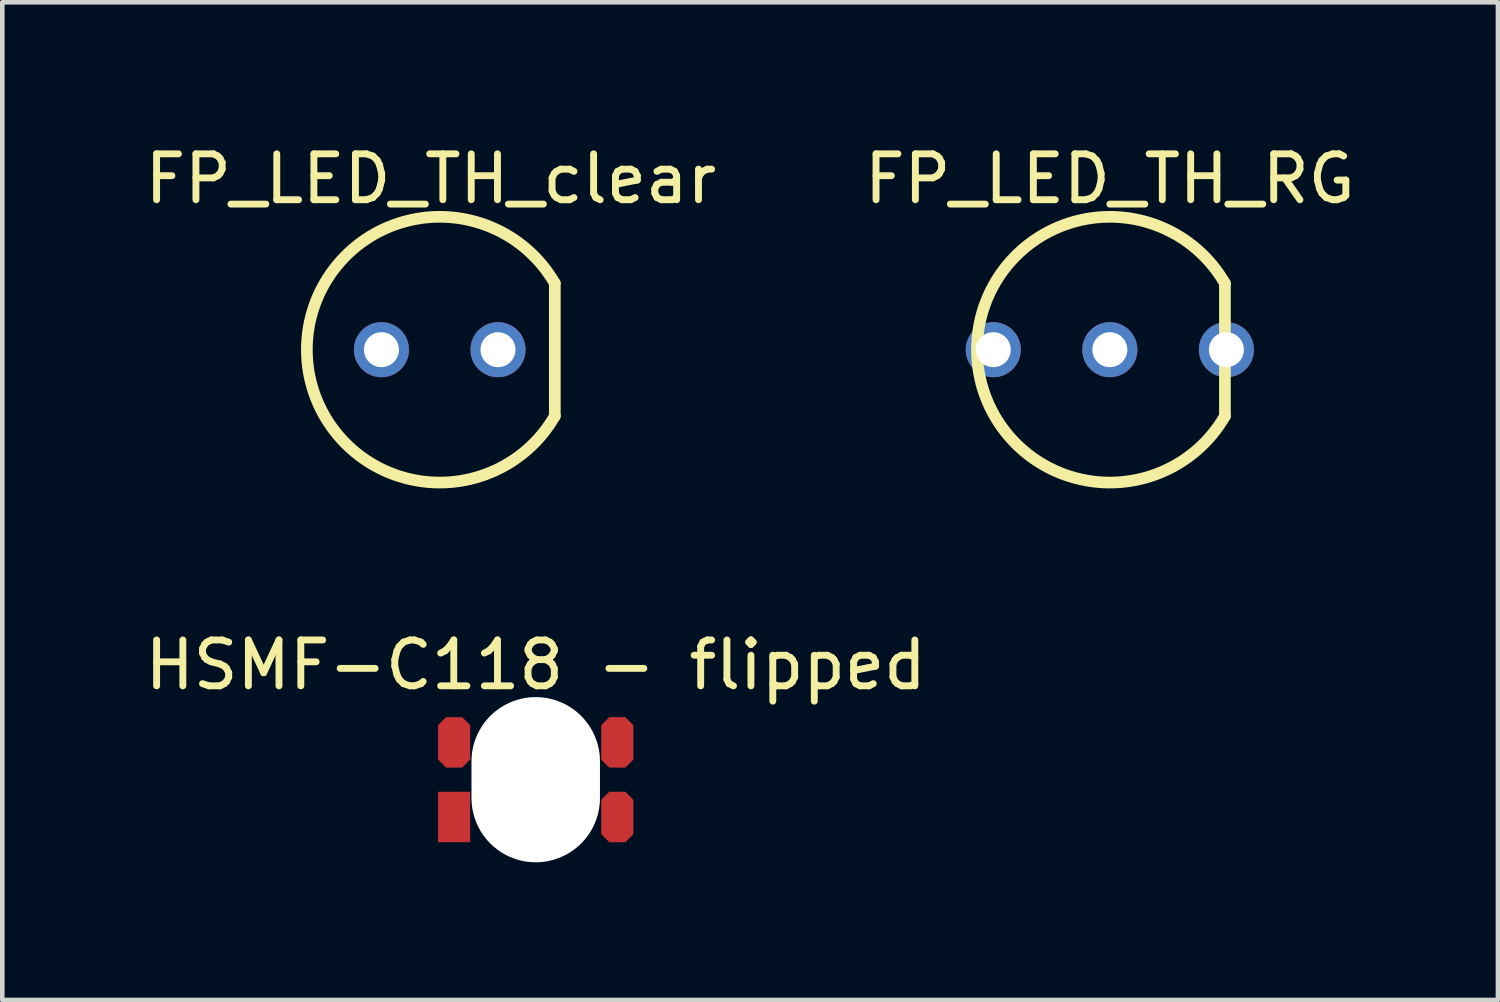
<source format=kicad_pcb>
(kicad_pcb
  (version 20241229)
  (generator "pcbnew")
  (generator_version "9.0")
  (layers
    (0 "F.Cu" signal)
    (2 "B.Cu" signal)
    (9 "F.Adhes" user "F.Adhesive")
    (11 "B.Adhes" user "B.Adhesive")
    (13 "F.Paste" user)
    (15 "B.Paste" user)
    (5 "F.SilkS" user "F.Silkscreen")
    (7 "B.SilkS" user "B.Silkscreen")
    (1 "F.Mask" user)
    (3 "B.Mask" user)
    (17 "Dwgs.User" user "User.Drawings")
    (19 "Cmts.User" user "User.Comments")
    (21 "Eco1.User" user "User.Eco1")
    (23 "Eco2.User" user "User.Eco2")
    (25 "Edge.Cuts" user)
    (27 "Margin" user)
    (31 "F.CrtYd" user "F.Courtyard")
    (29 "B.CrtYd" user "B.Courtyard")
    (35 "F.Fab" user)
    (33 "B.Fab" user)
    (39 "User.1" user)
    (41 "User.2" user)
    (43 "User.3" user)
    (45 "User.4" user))
  (footprint "FP_LED_TH_RG"
    (layer "F.Cu")
    (at 21.137 4.571)
    (property "Reference" "FP_LED_TH_RG" (at 0 -3.723 0) (layer "F.SilkS") (effects (font (size 1 1) (thickness 0.15))))
    (fp_line (start 2.508 1.448) (end 2.508 -1.448) (stroke (width 0.254) (type solid)) (layer "F.SilkS"))
    (fp_arc (start 2.507663 1.4478) (mid -2.8956 0) (end 2.507663 -1.4478) (stroke (width 0.254) (type solid)) (layer "F.SilkS"))
    (pad "A1" thru_hole circle (at 2.54 0) (size 1.2 1.2) (drill 0.762) (layers "*.Cu" "*.Mask"))
    (pad "A2" thru_hole circle (at -2.54 0) (size 1.2 1.2) (drill 0.762) (layers "*.Cu" "*.Mask"))
    (pad "K" thru_hole circle (at 0 0) (size 1.2 1.2) (drill 0.762) (layers "*.Cu" "*.Mask")))
  (footprint "HSMF-C118 - flipped"
    (layer "F.Cu")
    (at 8.625 13.942)
    (property "Reference" "HSMF-C118 - flipped" (at 0 -2.5 0) (layer "F.SilkS") (effects (font (size 1 1) (thickness 0.15))))
    (pad "" np_thru_hole oval (at 0 0) (size 2.8 3.6) (drill oval 2.8 3.6) (layers "*.Cu" "*.Mask"))
    (pad "A" smd rect (at -1.778 0.813 180) (size 0.7 1.1) (layers "F.Cu" "F.Mask" "F.Paste"))
    (pad "KB" smd roundrect (at 1.778 0.813 180) (size 0.7 1.1) (layers "F.Cu" "F.Mask" "F.Paste") (roundrect_rratio 0.25) (chamfer_ratio 0.25) (chamfer top_left top_right bottom_left bottom_right))
    (pad "KG" smd roundrect (at 1.778 -0.813 180) (size 0.7 1.1) (layers "F.Cu" "F.Mask" "F.Paste") (roundrect_rratio 0.25) (chamfer_ratio 0.25) (chamfer top_left top_right bottom_left bottom_right))
    (pad "KR" smd roundrect (at -1.778 -0.813 180) (size 0.7 1.1) (layers "F.Cu" "F.Mask" "F.Paste") (roundrect_rratio 0.25) (chamfer_ratio 0.25) (chamfer top_left top_right bottom_left bottom_right)))
  (footprint "FP_LED_TH_clear"
    (layer "F.Cu")
    (at 6.533 4.571)
    (property "Reference" "FP_LED_TH_clear" (at -0.194 -3.723 0) (layer "F.SilkS") (effects (font (size 1 1) (thickness 0.15))))
    (fp_line (start 2.508 1.448) (end 2.508 -1.448) (stroke (width 0.254) (type solid)) (layer "F.SilkS"))
    (fp_arc (start 2.507663 1.4478) (mid -2.8956 0) (end 2.507663 -1.4478) (stroke (width 0.254) (type solid)) (layer "F.SilkS"))
    (pad "A" thru_hole circle (at -1.27 0) (size 1.2 1.2) (drill 0.762) (layers "*.Cu" "*.Mask"))
    (pad "K" thru_hole circle (at 1.27 0) (size 1.2 1.2) (drill 0.762) (layers "*.Cu" "*.Mask")))
  (gr_rect
    (start -3 -3)
    (end 29.595 18.742)
    (stroke (width 0.1) (type default))
    (fill no)
    (layer "Edge.Cuts")))
</source>
